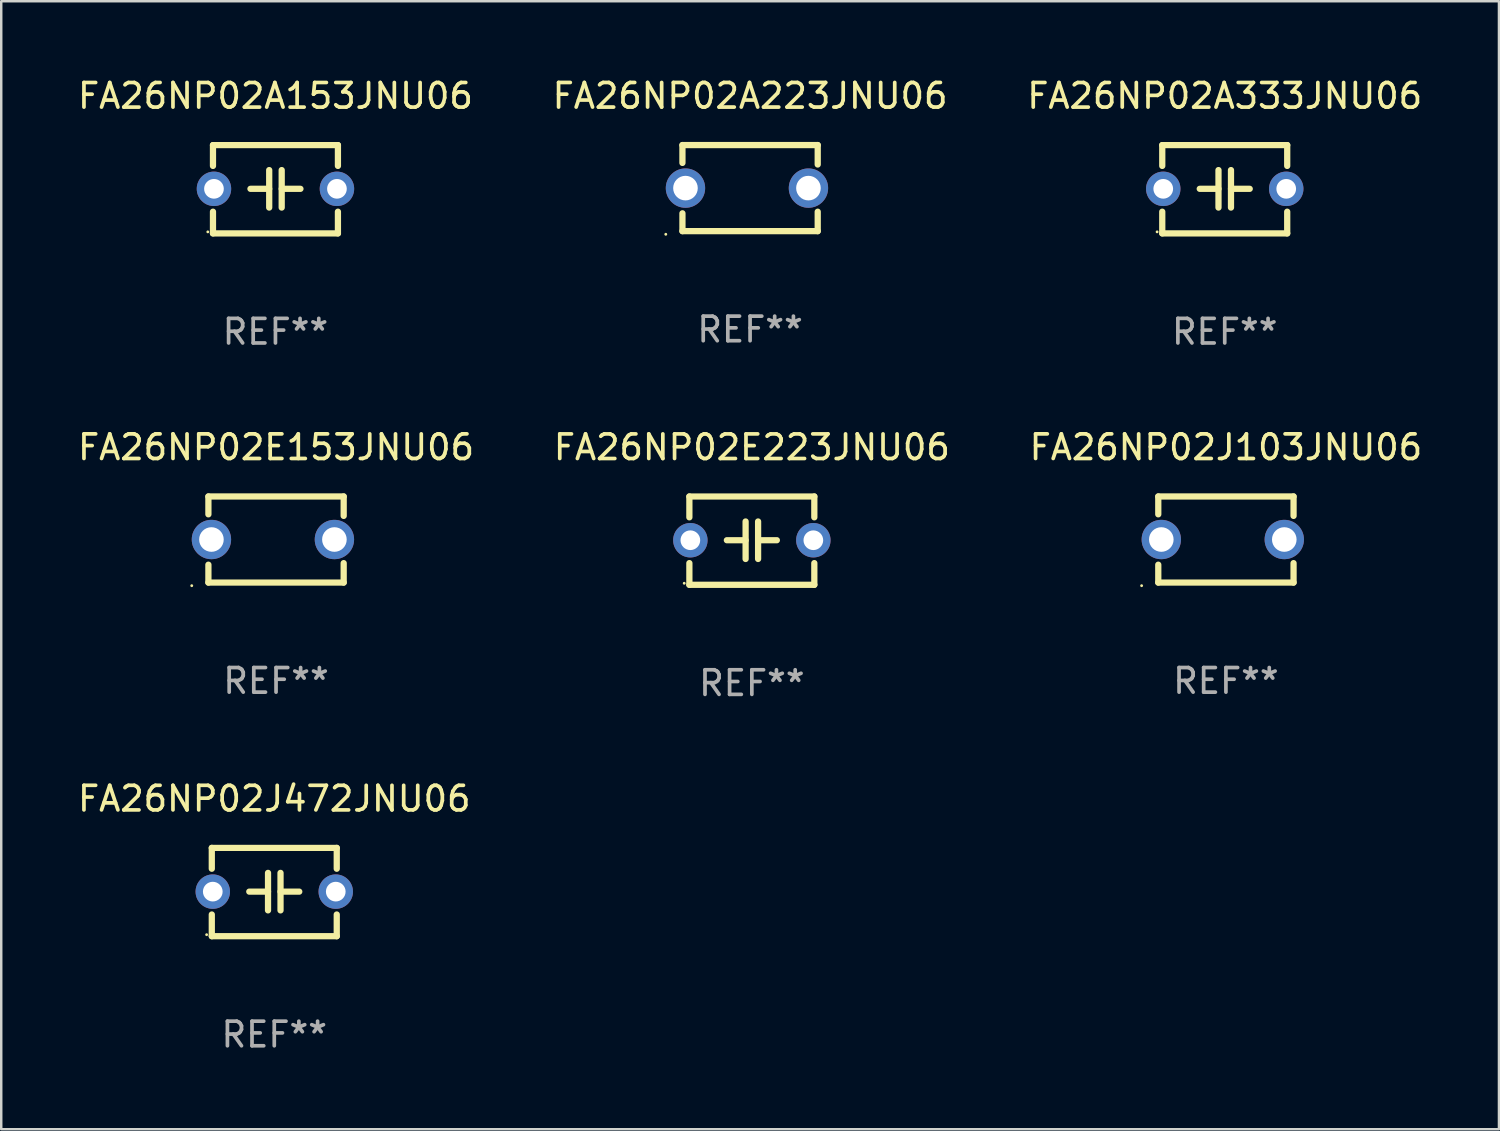
<source format=kicad_pcb>
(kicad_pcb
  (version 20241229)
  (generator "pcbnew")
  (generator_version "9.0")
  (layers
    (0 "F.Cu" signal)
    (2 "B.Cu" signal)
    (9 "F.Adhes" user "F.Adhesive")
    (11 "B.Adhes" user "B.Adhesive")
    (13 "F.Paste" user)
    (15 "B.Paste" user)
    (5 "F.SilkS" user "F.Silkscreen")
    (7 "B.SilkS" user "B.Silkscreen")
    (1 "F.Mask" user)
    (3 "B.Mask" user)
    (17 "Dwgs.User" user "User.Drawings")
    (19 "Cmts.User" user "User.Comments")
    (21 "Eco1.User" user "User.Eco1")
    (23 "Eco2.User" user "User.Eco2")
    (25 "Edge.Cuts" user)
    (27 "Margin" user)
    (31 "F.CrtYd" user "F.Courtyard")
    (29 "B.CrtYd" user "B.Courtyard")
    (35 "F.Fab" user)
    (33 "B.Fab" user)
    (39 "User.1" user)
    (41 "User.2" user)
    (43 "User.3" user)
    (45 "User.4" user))
  (footprint "FA26NP02E223JNU06"
    (layer "F.Cu")
    (at 27.518 18.931)
    (property "Reference" "FA26NP02E223JNU06" (at 0 -3.795 0) (layer "F.SilkS") (effects (font (size 1 1) (thickness 0.15))))
    (attr through_hole)
    (fp_line (start -2.54 -1.795) (end 2.54 -1.795) (stroke (width 0.254) (type solid)) (layer "F.SilkS"))
    (fp_line (start -2.54 -0.948) (end -2.54 -1.795) (stroke (width 0.254) (type solid)) (layer "F.SilkS"))
    (fp_line (start -2.54 1.795) (end -2.54 0.913) (stroke (width 0.254) (type solid)) (layer "F.SilkS"))
    (fp_line (start -1.016 -0.017) (end -0.254 -0.017) (stroke (width 0.254) (type solid)) (layer "F.SilkS"))
    (fp_line (start -0.254 0.745) (end -0.254 -0.779) (stroke (width 0.254) (type solid)) (layer "F.SilkS"))
    (fp_line (start 0.254 -0.779) (end 0.254 0.745) (stroke (width 0.254) (type solid)) (layer "F.SilkS"))
    (fp_line (start 1.016 -0.017) (end 0.254 -0.017) (stroke (width 0.254) (type solid)) (layer "F.SilkS"))
    (fp_line (start 2.54 -1.795) (end 2.54 -0.948) (stroke (width 0.254) (type solid)) (layer "F.SilkS"))
    (fp_line (start 2.54 1.795) (end -2.54 1.795) (stroke (width 0.254) (type solid)) (layer "F.SilkS"))
    (fp_line (start 2.54 1.795) (end 2.54 0.913) (stroke (width 0.254) (type solid)) (layer "F.SilkS"))
    (fp_circle (center -2.75 1.733) (end -2.72 1.733) (stroke (width 0.06) (type solid)) (fill no) (layer "F.SilkS"))
    (fp_text user "REF**" (at 0 5.795 0) (layer "F.Fab") (effects (font (size 1 1) (thickness 0.15))))
    (pad "1" thru_hole circle (at -2.5 -0.017) (size 1.4 1.4) (drill 0.8) (layers "*.Cu" "*.Mask"))
    (pad "2" thru_hole circle (at 2.5 -0.017) (size 1.4 1.4) (drill 0.8) (layers "*.Cu" "*.Mask")))
  (footprint "FA26NP02A333JNU06"
    (layer "F.Cu")
    (at 46.744 4.644)
    (property "Reference" "FA26NP02A333JNU06" (at 0 -3.795 0) (layer "F.SilkS") (effects (font (size 1 1) (thickness 0.15))))
    (attr through_hole)
    (fp_line (start -2.54 -1.795) (end 2.54 -1.795) (stroke (width 0.254) (type solid)) (layer "F.SilkS"))
    (fp_line (start -2.54 -0.948) (end -2.54 -1.795) (stroke (width 0.254) (type solid)) (layer "F.SilkS"))
    (fp_line (start -2.54 1.795) (end -2.54 0.913) (stroke (width 0.254) (type solid)) (layer "F.SilkS"))
    (fp_line (start -1.016 -0.017) (end -0.254 -0.017) (stroke (width 0.254) (type solid)) (layer "F.SilkS"))
    (fp_line (start -0.254 0.745) (end -0.254 -0.779) (stroke (width 0.254) (type solid)) (layer "F.SilkS"))
    (fp_line (start 0.254 -0.779) (end 0.254 0.745) (stroke (width 0.254) (type solid)) (layer "F.SilkS"))
    (fp_line (start 1.016 -0.017) (end 0.254 -0.017) (stroke (width 0.254) (type solid)) (layer "F.SilkS"))
    (fp_line (start 2.54 -1.795) (end 2.54 -0.948) (stroke (width 0.254) (type solid)) (layer "F.SilkS"))
    (fp_line (start 2.54 1.795) (end -2.54 1.795) (stroke (width 0.254) (type solid)) (layer "F.SilkS"))
    (fp_line (start 2.54 1.795) (end 2.54 0.913) (stroke (width 0.254) (type solid)) (layer "F.SilkS"))
    (fp_circle (center -2.75 1.733) (end -2.72 1.733) (stroke (width 0.06) (type solid)) (fill no) (layer "F.SilkS"))
    (fp_text user "REF**" (at 0 5.795 0) (layer "F.Fab") (effects (font (size 1 1) (thickness 0.15))))
    (pad "1" thru_hole circle (at -2.5 -0.017) (size 1.4 1.4) (drill 0.8) (layers "*.Cu" "*.Mask"))
    (pad "2" thru_hole circle (at 2.5 -0.017) (size 1.4 1.4) (drill 0.8) (layers "*.Cu" "*.Mask")))
  (footprint "FA26NP02E153JNU06"
    (layer "F.Cu")
    (at 8.173 18.885)
    (property "Reference" "FA26NP02E153JNU06" (at 0 -3.75 0) (layer "F.SilkS") (effects (font (size 1 1) (thickness 0.15))))
    (attr through_hole)
    (fp_line (start -2.75 -1.75) (end -2.75 -1.024) (stroke (width 0.254) (type solid)) (layer "F.SilkS"))
    (fp_line (start -2.75 -1.75) (end 2.75 -1.75) (stroke (width 0.254) (type solid)) (layer "F.SilkS"))
    (fp_line (start -2.75 1.024) (end -2.75 1.75) (stroke (width 0.254) (type solid)) (layer "F.SilkS"))
    (fp_line (start 2.75 -1.75) (end 2.75 -0.96) (stroke (width 0.254) (type solid)) (layer "F.SilkS"))
    (fp_line (start 2.75 0.96) (end 2.75 1.75) (stroke (width 0.254) (type solid)) (layer "F.SilkS"))
    (fp_line (start 2.75 1.75) (end -2.75 1.75) (stroke (width 0.254) (type solid)) (layer "F.SilkS"))
    (fp_circle (center -3.427 1.877) (end -3.397 1.877) (stroke (width 0.06) (type solid)) (fill no) (layer "F.SilkS"))
    (fp_text user "REF**" (at 0 5.75 0) (layer "F.Fab") (effects (font (size 1 1) (thickness 0.15))))
    (pad "1" thru_hole circle (at -2.627 0) (size 1.6 1.6) (drill 1) (layers "*.Cu" "*.Mask"))
    (pad "2" thru_hole circle (at 2.373 0) (size 1.6 1.6) (drill 1) (layers "*.Cu" "*.Mask")))
  (footprint "FA26NP02J103JNU06"
    (layer "F.Cu")
    (at 46.792 18.885)
    (property "Reference" "FA26NP02J103JNU06" (at 0 -3.75 0) (layer "F.SilkS") (effects (font (size 1 1) (thickness 0.15))))
    (attr through_hole)
    (fp_line (start -2.75 -1.75) (end -2.75 -1.024) (stroke (width 0.254) (type solid)) (layer "F.SilkS"))
    (fp_line (start -2.75 -1.75) (end 2.75 -1.75) (stroke (width 0.254) (type solid)) (layer "F.SilkS"))
    (fp_line (start -2.75 1.024) (end -2.75 1.75) (stroke (width 0.254) (type solid)) (layer "F.SilkS"))
    (fp_line (start 2.75 -1.75) (end 2.75 -0.96) (stroke (width 0.254) (type solid)) (layer "F.SilkS"))
    (fp_line (start 2.75 0.96) (end 2.75 1.75) (stroke (width 0.254) (type solid)) (layer "F.SilkS"))
    (fp_line (start 2.75 1.75) (end -2.75 1.75) (stroke (width 0.254) (type solid)) (layer "F.SilkS"))
    (fp_circle (center -3.427 1.877) (end -3.397 1.877) (stroke (width 0.06) (type solid)) (fill no) (layer "F.SilkS"))
    (fp_text user "REF**" (at 0 5.75 0) (layer "F.Fab") (effects (font (size 1 1) (thickness 0.15))))
    (pad "1" thru_hole circle (at -2.627 0) (size 1.6 1.6) (drill 1) (layers "*.Cu" "*.Mask"))
    (pad "2" thru_hole circle (at 2.373 0) (size 1.6 1.6) (drill 1) (layers "*.Cu" "*.Mask")))
  (footprint "FA26NP02J472JNU06"
    (layer "F.Cu")
    (at 8.101 33.218)
    (property "Reference" "FA26NP02J472JNU06" (at 0 -3.795 0) (layer "F.SilkS") (effects (font (size 1 1) (thickness 0.15))))
    (attr through_hole)
    (fp_line (start -2.54 -1.795) (end 2.54 -1.795) (stroke (width 0.254) (type solid)) (layer "F.SilkS"))
    (fp_line (start -2.54 -0.948) (end -2.54 -1.795) (stroke (width 0.254) (type solid)) (layer "F.SilkS"))
    (fp_line (start -2.54 1.795) (end -2.54 0.913) (stroke (width 0.254) (type solid)) (layer "F.SilkS"))
    (fp_line (start -1.016 -0.017) (end -0.254 -0.017) (stroke (width 0.254) (type solid)) (layer "F.SilkS"))
    (fp_line (start -0.254 0.745) (end -0.254 -0.779) (stroke (width 0.254) (type solid)) (layer "F.SilkS"))
    (fp_line (start 0.254 -0.779) (end 0.254 0.745) (stroke (width 0.254) (type solid)) (layer "F.SilkS"))
    (fp_line (start 1.016 -0.017) (end 0.254 -0.017) (stroke (width 0.254) (type solid)) (layer "F.SilkS"))
    (fp_line (start 2.54 -1.795) (end 2.54 -0.948) (stroke (width 0.254) (type solid)) (layer "F.SilkS"))
    (fp_line (start 2.54 1.795) (end -2.54 1.795) (stroke (width 0.254) (type solid)) (layer "F.SilkS"))
    (fp_line (start 2.54 1.795) (end 2.54 0.913) (stroke (width 0.254) (type solid)) (layer "F.SilkS"))
    (fp_circle (center -2.75 1.733) (end -2.72 1.733) (stroke (width 0.06) (type solid)) (fill no) (layer "F.SilkS"))
    (fp_text user "REF**" (at 0 5.795 0) (layer "F.Fab") (effects (font (size 1 1) (thickness 0.15))))
    (pad "1" thru_hole circle (at -2.5 -0.017) (size 1.4 1.4) (drill 0.8) (layers "*.Cu" "*.Mask"))
    (pad "2" thru_hole circle (at 2.5 -0.017) (size 1.4 1.4) (drill 0.8) (layers "*.Cu" "*.Mask")))
  (footprint "FA26NP02A223JNU06"
    (layer "F.Cu")
    (at 27.446 4.598)
    (property "Reference" "FA26NP02A223JNU06" (at 0 -3.75 0) (layer "F.SilkS") (effects (font (size 1 1) (thickness 0.15))))
    (attr through_hole)
    (fp_line (start -2.75 -1.75) (end -2.75 -1.024) (stroke (width 0.254) (type solid)) (layer "F.SilkS"))
    (fp_line (start -2.75 -1.75) (end 2.75 -1.75) (stroke (width 0.254) (type solid)) (layer "F.SilkS"))
    (fp_line (start -2.75 1.024) (end -2.75 1.75) (stroke (width 0.254) (type solid)) (layer "F.SilkS"))
    (fp_line (start 2.75 -1.75) (end 2.75 -0.96) (stroke (width 0.254) (type solid)) (layer "F.SilkS"))
    (fp_line (start 2.75 0.96) (end 2.75 1.75) (stroke (width 0.254) (type solid)) (layer "F.SilkS"))
    (fp_line (start 2.75 1.75) (end -2.75 1.75) (stroke (width 0.254) (type solid)) (layer "F.SilkS"))
    (fp_circle (center -3.427 1.877) (end -3.397 1.877) (stroke (width 0.06) (type solid)) (fill no) (layer "F.SilkS"))
    (fp_text user "REF**" (at 0 5.75 0) (layer "F.Fab") (effects (font (size 1 1) (thickness 0.15))))
    (pad "1" thru_hole circle (at -2.627 0) (size 1.6 1.6) (drill 1) (layers "*.Cu" "*.Mask"))
    (pad "2" thru_hole circle (at 2.373 0) (size 1.6 1.6) (drill 1) (layers "*.Cu" "*.Mask")))
  (footprint "FA26NP02A153JNU06"
    (layer "F.Cu")
    (at 8.149 4.644)
    (property "Reference" "FA26NP02A153JNU06" (at 0 -3.795 0) (layer "F.SilkS") (effects (font (size 1 1) (thickness 0.15))))
    (attr through_hole)
    (fp_line (start -2.54 -1.795) (end 2.54 -1.795) (stroke (width 0.254) (type solid)) (layer "F.SilkS"))
    (fp_line (start -2.54 -0.948) (end -2.54 -1.795) (stroke (width 0.254) (type solid)) (layer "F.SilkS"))
    (fp_line (start -2.54 1.795) (end -2.54 0.913) (stroke (width 0.254) (type solid)) (layer "F.SilkS"))
    (fp_line (start -1.016 -0.017) (end -0.254 -0.017) (stroke (width 0.254) (type solid)) (layer "F.SilkS"))
    (fp_line (start -0.254 0.745) (end -0.254 -0.779) (stroke (width 0.254) (type solid)) (layer "F.SilkS"))
    (fp_line (start 0.254 -0.779) (end 0.254 0.745) (stroke (width 0.254) (type solid)) (layer "F.SilkS"))
    (fp_line (start 1.016 -0.017) (end 0.254 -0.017) (stroke (width 0.254) (type solid)) (layer "F.SilkS"))
    (fp_line (start 2.54 -1.795) (end 2.54 -0.948) (stroke (width 0.254) (type solid)) (layer "F.SilkS"))
    (fp_line (start 2.54 1.795) (end -2.54 1.795) (stroke (width 0.254) (type solid)) (layer "F.SilkS"))
    (fp_line (start 2.54 1.795) (end 2.54 0.913) (stroke (width 0.254) (type solid)) (layer "F.SilkS"))
    (fp_circle (center -2.75 1.733) (end -2.72 1.733) (stroke (width 0.06) (type solid)) (fill no) (layer "F.SilkS"))
    (fp_text user "REF**" (at 0 5.795 0) (layer "F.Fab") (effects (font (size 1 1) (thickness 0.15))))
    (pad "1" thru_hole circle (at -2.5 -0.017) (size 1.4 1.4) (drill 0.8) (layers "*.Cu" "*.Mask"))
    (pad "2" thru_hole circle (at 2.5 -0.017) (size 1.4 1.4) (drill 0.8) (layers "*.Cu" "*.Mask")))
  (gr_rect
    (start -3 -3)
    (end 57.893 42.861)
    (stroke (width 0.1) (type default))
    (fill no)
    (layer "Edge.Cuts")))
</source>
